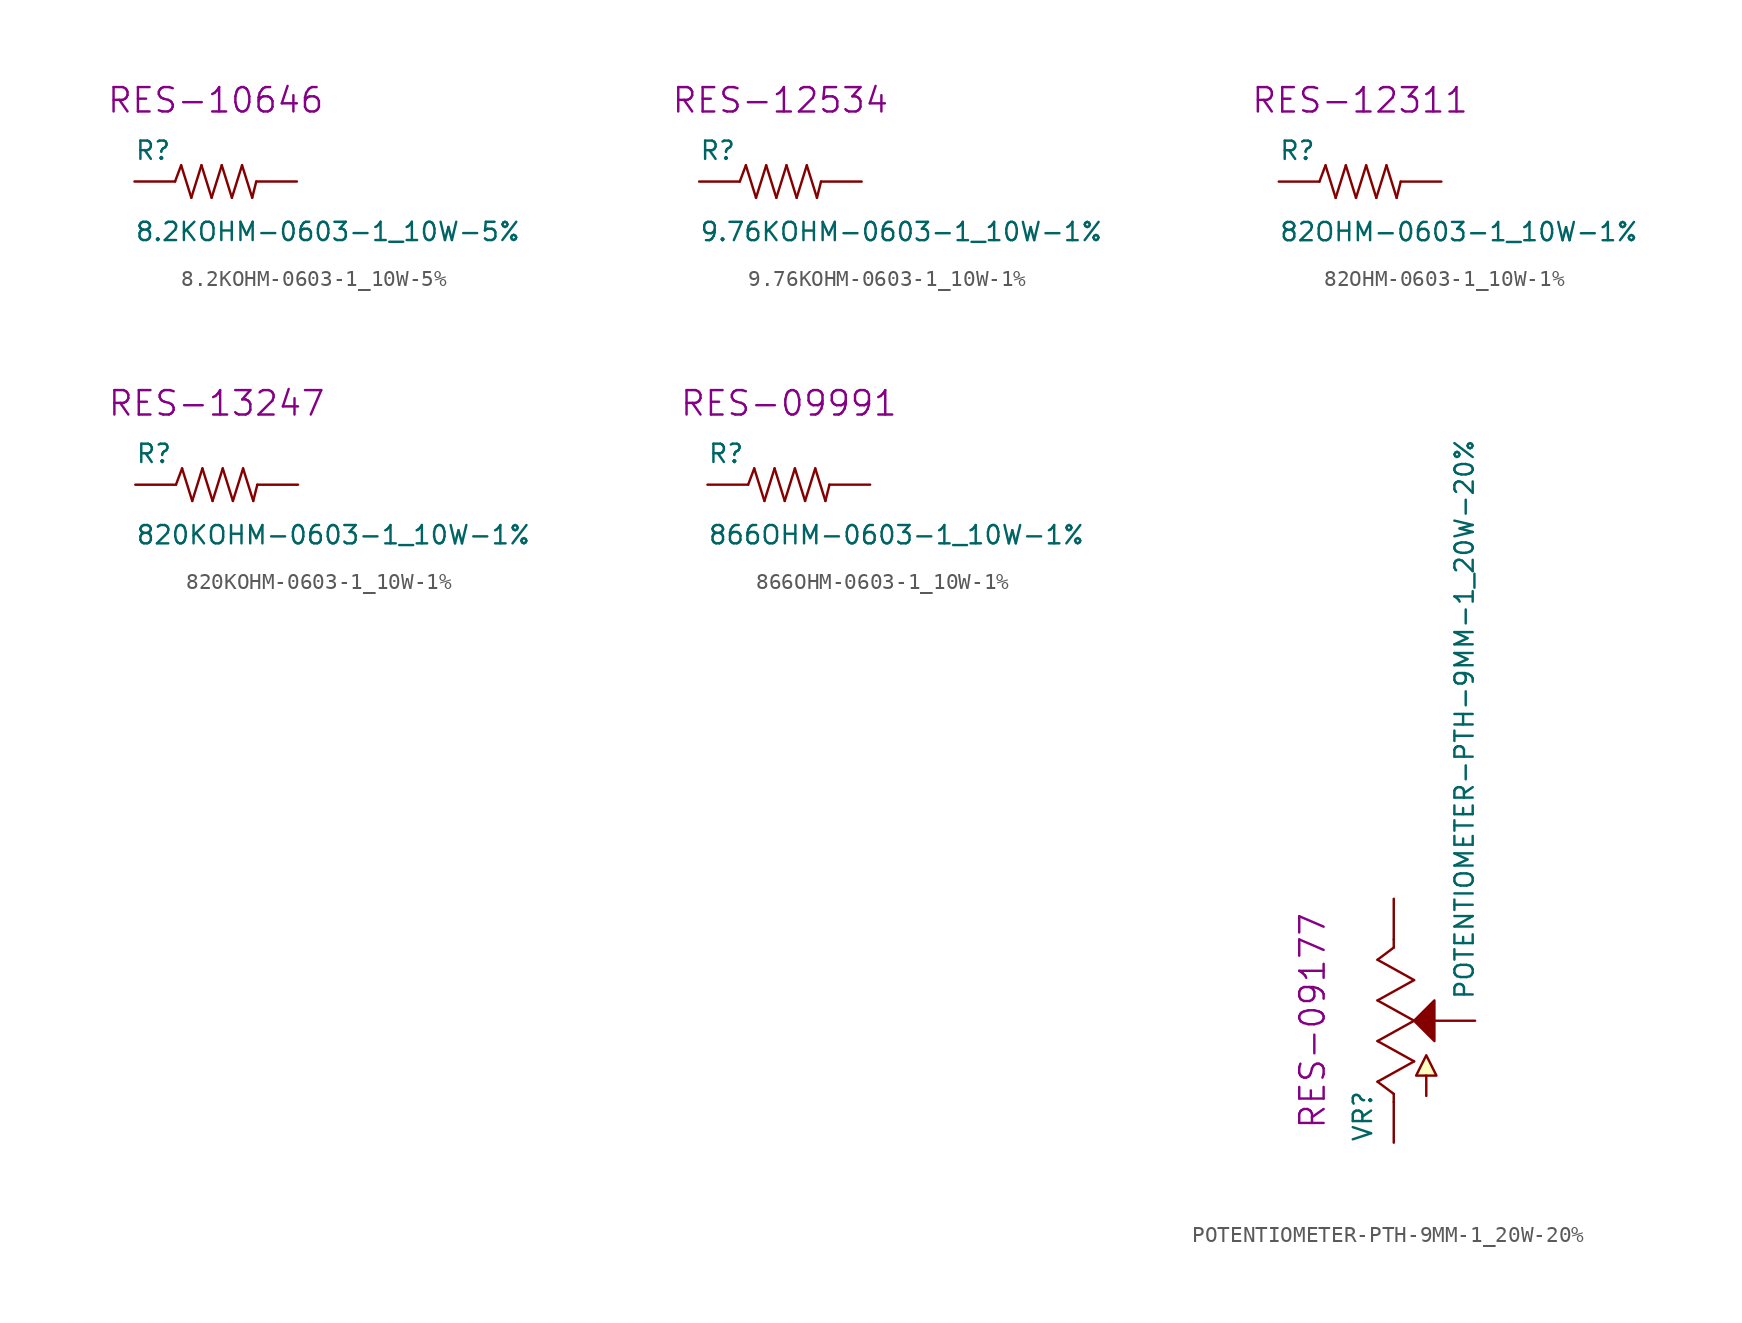
<source format=kicad_sym>
(kicad_symbol_lib
  (version 20220914)
  (generator kicad_symbol_editor)
  (symbol "8.2KOHM-0603-1_10W-5%"
    (pin_numbers hide)
    (pin_names
      (offset 1.016) hide)
    (property "Reference" "R"
      (at -5.08 1.27 0)
      (effects (font (size 1.143 1.143)) (justify left bottom)))
    (property "Value" "8.2KOHM-0603-1_10W-5%"
      (at -5.08 -3.81 0)
      (effects (font (size 1.143 1.143)) (justify left bottom)))
    (property "Field4" "RES-10646"
      (at 0 5.08 0)
      (effects (font (size 1.524 1.524))))
    (property "ki_locked" ""
      (at 0 0 0)
      (effects (font (size 1.27 1.27))))
    (symbol "8.2KOHM-0603-1_10W-5%_1_0"
      (polyline (pts (xy -2.54 0) (xy -2.159 1.016)) (stroke (width 0) (type solid)) (fill (type none)))
      (polyline (pts (xy -2.159 1.016) (xy -1.524 -1.016)) (stroke (width 0) (type solid)) (fill (type none)))
      (polyline (pts (xy -1.524 -1.016) (xy -0.889 1.016)) (stroke (width 0) (type solid)) (fill (type none)))
      (polyline (pts (xy -0.889 1.016) (xy -0.254 -1.016)) (stroke (width 0) (type solid)) (fill (type none)))
      (polyline (pts (xy -0.254 -1.016) (xy 0.381 1.016)) (stroke (width 0) (type solid)) (fill (type none)))
      (polyline (pts (xy 0.381 1.016) (xy 1.016 -1.016)) (stroke (width 0) (type solid)) (fill (type none)))
      (polyline (pts (xy 1.016 -1.016) (xy 1.651 1.016)) (stroke (width 0) (type solid)) (fill (type none)))
      (polyline (pts (xy 1.651 1.016) (xy 2.286 -1.016)) (stroke (width 0) (type solid)) (fill (type none)))
      (polyline (pts (xy 2.286 -1.016) (xy 2.54 0)) (stroke (width 0) (type solid)) (fill (type none))))
    (symbol "8.2KOHM-0603-1_10W-5%_1_1"
      (pin passive line (at -5.08 0 0) (length 2.54) (name "1" (effects (font (size 1.016 1.016)))) (number "1" (effects (font (size 1.016 1.016)))))
      (pin passive line (at 5.08 0 180) (length 2.54) (name "2" (effects (font (size 1.016 1.016)))) (number "2" (effects (font (size 1.016 1.016)))))))
  (symbol "9.76KOHM-0603-1_10W-1%"
    (pin_numbers hide)
    (pin_names
      (offset 1.016) hide)
    (property "Reference" "R"
      (at -5.08 1.27 0)
      (effects (font (size 1.143 1.143)) (justify left bottom)))
    (property "Value" "9.76KOHM-0603-1_10W-1%"
      (at -5.08 -3.81 0)
      (effects (font (size 1.143 1.143)) (justify left bottom)))
    (property "Field4" "RES-12534"
      (at 0 5.08 0)
      (effects (font (size 1.524 1.524))))
    (property "ki_locked" ""
      (at 0 0 0)
      (effects (font (size 1.27 1.27))))
    (symbol "9.76KOHM-0603-1_10W-1%_1_0"
      (polyline (pts (xy -2.54 0) (xy -2.159 1.016)) (stroke (width 0) (type solid)) (fill (type none)))
      (polyline (pts (xy -2.159 1.016) (xy -1.524 -1.016)) (stroke (width 0) (type solid)) (fill (type none)))
      (polyline (pts (xy -1.524 -1.016) (xy -0.889 1.016)) (stroke (width 0) (type solid)) (fill (type none)))
      (polyline (pts (xy -0.889 1.016) (xy -0.254 -1.016)) (stroke (width 0) (type solid)) (fill (type none)))
      (polyline (pts (xy -0.254 -1.016) (xy 0.381 1.016)) (stroke (width 0) (type solid)) (fill (type none)))
      (polyline (pts (xy 0.381 1.016) (xy 1.016 -1.016)) (stroke (width 0) (type solid)) (fill (type none)))
      (polyline (pts (xy 1.016 -1.016) (xy 1.651 1.016)) (stroke (width 0) (type solid)) (fill (type none)))
      (polyline (pts (xy 1.651 1.016) (xy 2.286 -1.016)) (stroke (width 0) (type solid)) (fill (type none)))
      (polyline (pts (xy 2.286 -1.016) (xy 2.54 0)) (stroke (width 0) (type solid)) (fill (type none))))
    (symbol "9.76KOHM-0603-1_10W-1%_1_1"
      (pin passive line (at -5.08 0 0) (length 2.54) (name "1" (effects (font (size 1.016 1.016)))) (number "1" (effects (font (size 1.016 1.016)))))
      (pin passive line (at 5.08 0 180) (length 2.54) (name "2" (effects (font (size 1.016 1.016)))) (number "2" (effects (font (size 1.016 1.016)))))))
  (symbol "82OHM-0603-1_10W-1%"
    (pin_numbers hide)
    (pin_names
      (offset 1.016) hide)
    (property "Reference" "R"
      (at -5.08 1.27 0)
      (effects (font (size 1.143 1.143)) (justify left bottom)))
    (property "Value" "82OHM-0603-1_10W-1%"
      (at -5.08 -3.81 0)
      (effects (font (size 1.143 1.143)) (justify left bottom)))
    (property "Field4" "RES-12311"
      (at 0 5.08 0)
      (effects (font (size 1.524 1.524))))
    (property "ki_locked" ""
      (at 0 0 0)
      (effects (font (size 1.27 1.27))))
    (symbol "82OHM-0603-1_10W-1%_1_0"
      (polyline (pts (xy -2.54 0) (xy -2.159 1.016)) (stroke (width 0) (type solid)) (fill (type none)))
      (polyline (pts (xy -2.159 1.016) (xy -1.524 -1.016)) (stroke (width 0) (type solid)) (fill (type none)))
      (polyline (pts (xy -1.524 -1.016) (xy -0.889 1.016)) (stroke (width 0) (type solid)) (fill (type none)))
      (polyline (pts (xy -0.889 1.016) (xy -0.254 -1.016)) (stroke (width 0) (type solid)) (fill (type none)))
      (polyline (pts (xy -0.254 -1.016) (xy 0.381 1.016)) (stroke (width 0) (type solid)) (fill (type none)))
      (polyline (pts (xy 0.381 1.016) (xy 1.016 -1.016)) (stroke (width 0) (type solid)) (fill (type none)))
      (polyline (pts (xy 1.016 -1.016) (xy 1.651 1.016)) (stroke (width 0) (type solid)) (fill (type none)))
      (polyline (pts (xy 1.651 1.016) (xy 2.286 -1.016)) (stroke (width 0) (type solid)) (fill (type none)))
      (polyline (pts (xy 2.286 -1.016) (xy 2.54 0)) (stroke (width 0) (type solid)) (fill (type none))))
    (symbol "82OHM-0603-1_10W-1%_1_1"
      (pin passive line (at -5.08 0 0) (length 2.54) (name "1" (effects (font (size 1.016 1.016)))) (number "1" (effects (font (size 1.016 1.016)))))
      (pin passive line (at 5.08 0 180) (length 2.54) (name "2" (effects (font (size 1.016 1.016)))) (number "2" (effects (font (size 1.016 1.016)))))))
  (symbol "820KOHM-0603-1_10W-1%"
    (pin_numbers hide)
    (pin_names
      (offset 1.016) hide)
    (property "Reference" "R"
      (at -5.08 1.27 0)
      (effects (font (size 1.143 1.143)) (justify left bottom)))
    (property "Value" "820KOHM-0603-1_10W-1%"
      (at -5.08 -3.81 0)
      (effects (font (size 1.143 1.143)) (justify left bottom)))
    (property "Field4" "RES-13247"
      (at 0 5.08 0)
      (effects (font (size 1.524 1.524))))
    (property "ki_locked" ""
      (at 0 0 0)
      (effects (font (size 1.27 1.27))))
    (symbol "820KOHM-0603-1_10W-1%_1_0"
      (polyline (pts (xy -2.54 0) (xy -2.159 1.016)) (stroke (width 0) (type solid)) (fill (type none)))
      (polyline (pts (xy -2.159 1.016) (xy -1.524 -1.016)) (stroke (width 0) (type solid)) (fill (type none)))
      (polyline (pts (xy -1.524 -1.016) (xy -0.889 1.016)) (stroke (width 0) (type solid)) (fill (type none)))
      (polyline (pts (xy -0.889 1.016) (xy -0.254 -1.016)) (stroke (width 0) (type solid)) (fill (type none)))
      (polyline (pts (xy -0.254 -1.016) (xy 0.381 1.016)) (stroke (width 0) (type solid)) (fill (type none)))
      (polyline (pts (xy 0.381 1.016) (xy 1.016 -1.016)) (stroke (width 0) (type solid)) (fill (type none)))
      (polyline (pts (xy 1.016 -1.016) (xy 1.651 1.016)) (stroke (width 0) (type solid)) (fill (type none)))
      (polyline (pts (xy 1.651 1.016) (xy 2.286 -1.016)) (stroke (width 0) (type solid)) (fill (type none)))
      (polyline (pts (xy 2.286 -1.016) (xy 2.54 0)) (stroke (width 0) (type solid)) (fill (type none))))
    (symbol "820KOHM-0603-1_10W-1%_1_1"
      (pin passive line (at -5.08 0 0) (length 2.54) (name "1" (effects (font (size 1.016 1.016)))) (number "1" (effects (font (size 1.016 1.016)))))
      (pin passive line (at 5.08 0 180) (length 2.54) (name "2" (effects (font (size 1.016 1.016)))) (number "2" (effects (font (size 1.016 1.016)))))))
  (symbol "866OHM-0603-1_10W-1%"
    (pin_numbers hide)
    (pin_names
      (offset 1.016) hide)
    (property "Reference" "R"
      (at -5.08 1.27 0)
      (effects (font (size 1.143 1.143)) (justify left bottom)))
    (property "Value" "866OHM-0603-1_10W-1%"
      (at -5.08 -3.81 0)
      (effects (font (size 1.143 1.143)) (justify left bottom)))
    (property "Field4" "RES-09991"
      (at 0 5.08 0)
      (effects (font (size 1.524 1.524))))
    (property "ki_locked" ""
      (at 0 0 0)
      (effects (font (size 1.27 1.27))))
    (symbol "866OHM-0603-1_10W-1%_1_0"
      (polyline (pts (xy -2.54 0) (xy -2.159 1.016)) (stroke (width 0) (type solid)) (fill (type none)))
      (polyline (pts (xy -2.159 1.016) (xy -1.524 -1.016)) (stroke (width 0) (type solid)) (fill (type none)))
      (polyline (pts (xy -1.524 -1.016) (xy -0.889 1.016)) (stroke (width 0) (type solid)) (fill (type none)))
      (polyline (pts (xy -0.889 1.016) (xy -0.254 -1.016)) (stroke (width 0) (type solid)) (fill (type none)))
      (polyline (pts (xy -0.254 -1.016) (xy 0.381 1.016)) (stroke (width 0) (type solid)) (fill (type none)))
      (polyline (pts (xy 0.381 1.016) (xy 1.016 -1.016)) (stroke (width 0) (type solid)) (fill (type none)))
      (polyline (pts (xy 1.016 -1.016) (xy 1.651 1.016)) (stroke (width 0) (type solid)) (fill (type none)))
      (polyline (pts (xy 1.651 1.016) (xy 2.286 -1.016)) (stroke (width 0) (type solid)) (fill (type none)))
      (polyline (pts (xy 2.286 -1.016) (xy 2.54 0)) (stroke (width 0) (type solid)) (fill (type none))))
    (symbol "866OHM-0603-1_10W-1%_1_1"
      (pin passive line (at -5.08 0 0) (length 2.54) (name "1" (effects (font (size 1.016 1.016)))) (number "1" (effects (font (size 1.016 1.016)))))
      (pin passive line (at 5.08 0 180) (length 2.54) (name "2" (effects (font (size 1.016 1.016)))) (number "2" (effects (font (size 1.016 1.016)))))))
  (symbol "POTENTIOMETER-PTH-9MM-1_20W-20%"
    (pin_numbers hide)
    (pin_names
      (offset 1.016) hide)
    (property "Reference" "VR"
      (at -1.27 -7.62 90)
      (effects (font (size 1.143 1.143)) (justify left bottom)))
    (property "Value" "POTENTIOMETER-PTH-9MM-1_20W-20%"
      (at 5.08 1.27 90)
      (effects (font (size 1.143 1.143)) (justify left bottom)))
    (property "Field4" "RES-09177"
      (at -5.08 0 90)
      (effects (font (size 1.524 1.524))))
    (property "ki_locked" ""
      (at 0 0 0)
      (effects (font (size 1.27 1.27))))
    (symbol "POTENTIOMETER-PTH-9MM-1_20W-20%_1_0"
      (polyline (pts (xy -1.016 -3.81) (xy 1.27 -2.54)) (stroke (width 0) (type solid)) (fill (type none)))
      (polyline (pts (xy -1.016 -1.27) (xy 1.27 0)) (stroke (width 0) (type solid)) (fill (type none)))
      (polyline (pts (xy -1.016 1.27) (xy 1.27 2.54)) (stroke (width 0) (type solid)) (fill (type none)))
      (polyline (pts (xy -1.016 3.81) (xy 0 4.572)) (stroke (width 0) (type solid)) (fill (type none)))
      (polyline (pts (xy 0 -5.08) (xy 0 -4.572)) (stroke (width 0) (type solid)) (fill (type none)))
      (polyline (pts (xy 0 -4.572) (xy -1.016 -3.81)) (stroke (width 0) (type solid)) (fill (type none)))
      (polyline (pts (xy 0 4.572) (xy 0 5.08)) (stroke (width 0) (type solid)) (fill (type none)))
      (polyline (pts (xy 1.27 -2.54) (xy -1.016 -1.27)) (stroke (width 0) (type solid)) (fill (type none)))
      (polyline (pts (xy 1.27 0) (xy -1.016 1.27)) (stroke (width 0) (type solid)) (fill (type none)))
      (polyline (pts (xy 1.27 2.54) (xy -1.016 3.81)) (stroke (width 0) (type solid)) (fill (type none)))
      (polyline (pts (xy 2.032 -4.699) (xy 2.032 -3.429)) (stroke (width 0) (type solid)) (fill (type none))))
    (symbol "POTENTIOMETER-PTH-9MM-1_20W-20%_1_1"
      (polyline (pts (xy 2.032 -2.159) (xy 2.667 -3.429) (xy 2.032 -3.429) (xy 1.397 -3.429) (xy 2.032 -2.159)) (stroke (width 0) (type solid)) (fill (type background)))
      (polyline (pts (xy 2.54 -1.27) (xy 1.27 0) (xy 1.27 0) (xy 2.54 1.27) (xy 2.54 1.27) (xy 2.54 -1.27)) (stroke (width 0) (type solid)) (fill (type outline)))
      (pin passive line (at 0 7.62 270) (length 2.54) (name "E" (effects (font (size 1.016 1.016)))) (number "P$1" (effects (font (size 1.016 1.016)))))
      (pin passive line (at 5.08 0 180) (length 2.54) (name "S" (effects (font (size 1.016 1.016)))) (number "P$2" (effects (font (size 1.016 1.016)))))
      (pin passive line (at 0 -7.62 90) (length 2.54) (name "A" (effects (font (size 1.016 1.016)))) (number "P$3" (effects (font (size 1.016 1.016))))))))
</source>
